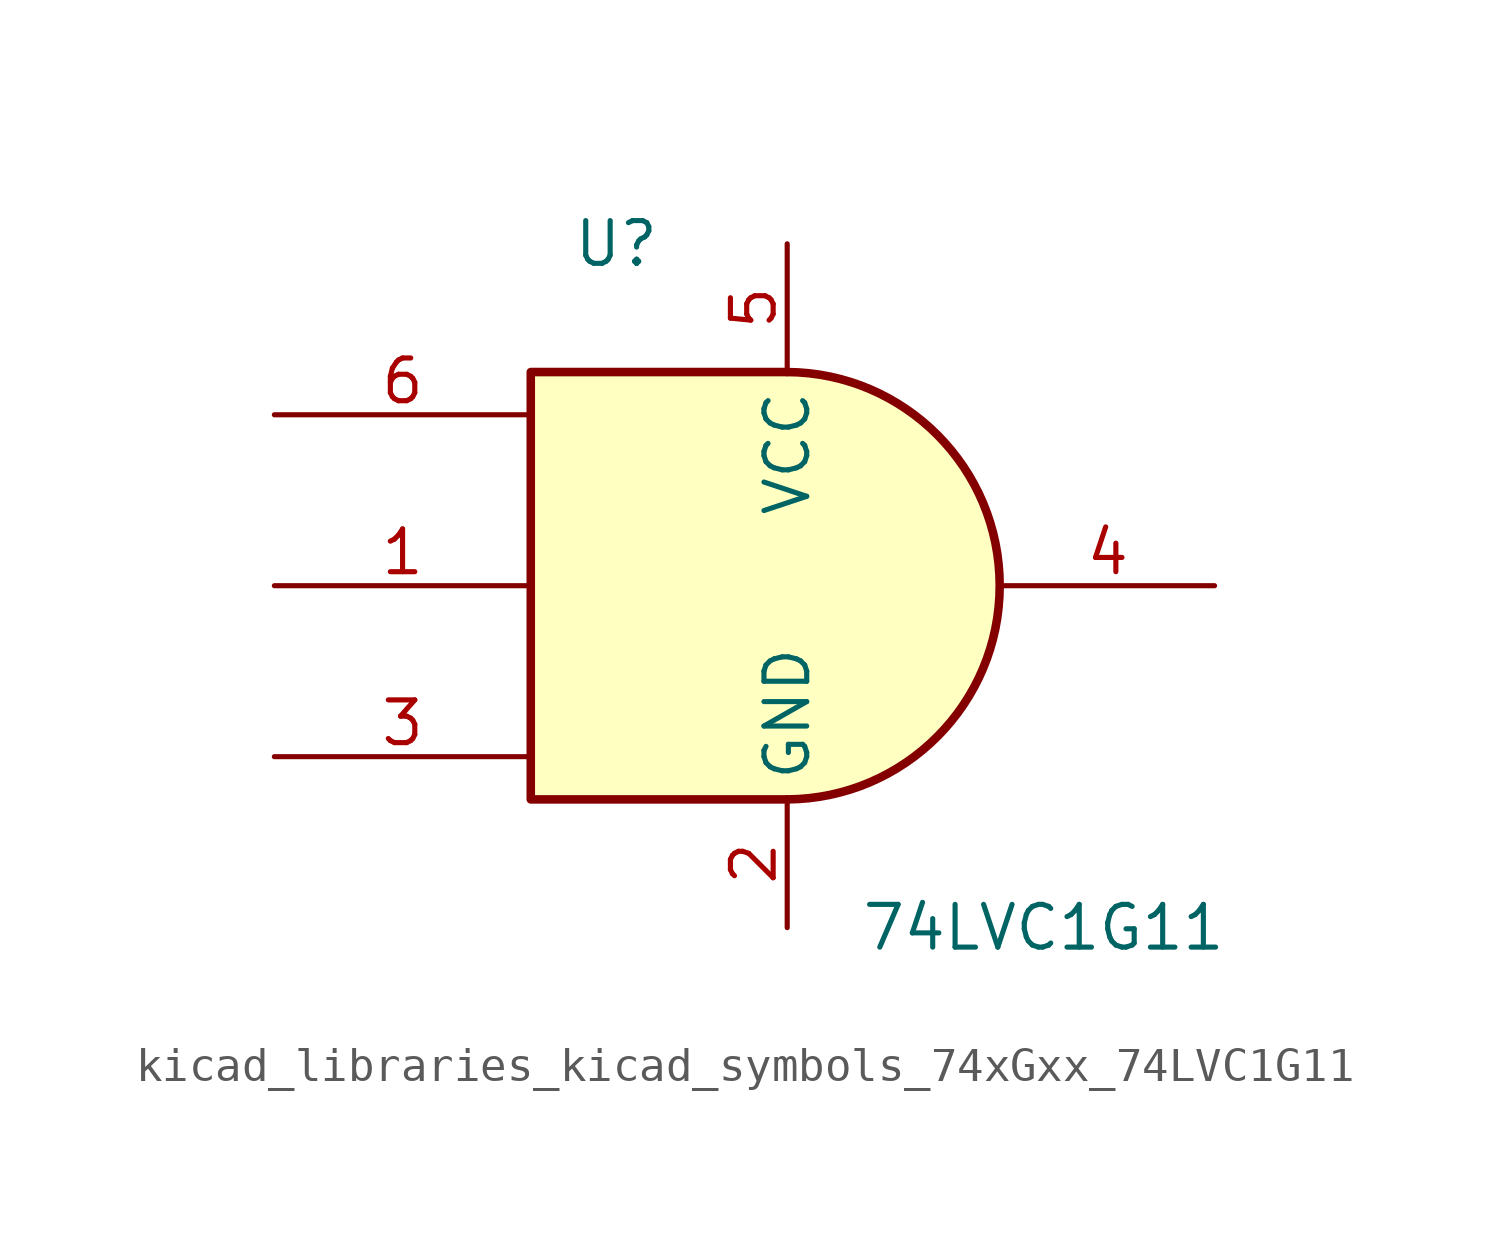
<source format=kicad_sym>
(kicad_symbol_lib
  (version 20220914)
  (generator kicad_symbol_editor)
  (symbol "kicad_libraries_kicad_symbols_74xGxx_74LVC1G11"
    (property "Reference" "U"
      (at -5.08 10.16 0)
      (effects (font (size 1.27 1.27))))
    (property "Value" "74LVC1G11"
      (at 7.62 -10.16 0)
      (effects (font (size 1.27 1.27))))
    (symbol "kicad_libraries_kicad_symbols_74xGxx_74LVC1G11_0_1"
      (arc (start 0 -6.35) (mid 6.3224 0) (end 0 6.35) (stroke (width 0.254) (type default)) (fill (type background)))
      (polyline (pts (xy 0 -6.35) (xy -7.62 -6.35) (xy -7.62 6.35) (xy 0 6.35)) (stroke (width 0.254) (type default)) (fill (type background))))
    (symbol "kicad_libraries_kicad_symbols_74xGxx_74LVC1G11_1_1"
      (pin input line (at -15.24 0 0) (length 7.62) (name "~" (effects (font (size 1.27 1.27)))) (number "1" (effects (font (size 1.27 1.27)))))
      (pin power_in line (at 0 -10.16 90) (length 3.81) (name "GND" (effects (font (size 1.27 1.27)))) (number "2" (effects (font (size 1.27 1.27)))))
      (pin input line (at -15.24 -5.08 0) (length 7.62) (name "~" (effects (font (size 1.27 1.27)))) (number "3" (effects (font (size 1.27 1.27)))))
      (pin output line (at 12.7 0 180) (length 6.35) (name "~" (effects (font (size 1.27 1.27)))) (number "4" (effects (font (size 1.27 1.27)))))
      (pin power_in line (at 0 10.16 270) (length 3.81) (name "VCC" (effects (font (size 1.27 1.27)))) (number "5" (effects (font (size 1.27 1.27)))))
      (pin input line (at -15.24 5.08 0) (length 7.62) (name "~" (effects (font (size 1.27 1.27)))) (number "6" (effects (font (size 1.27 1.27))))))))
</source>
